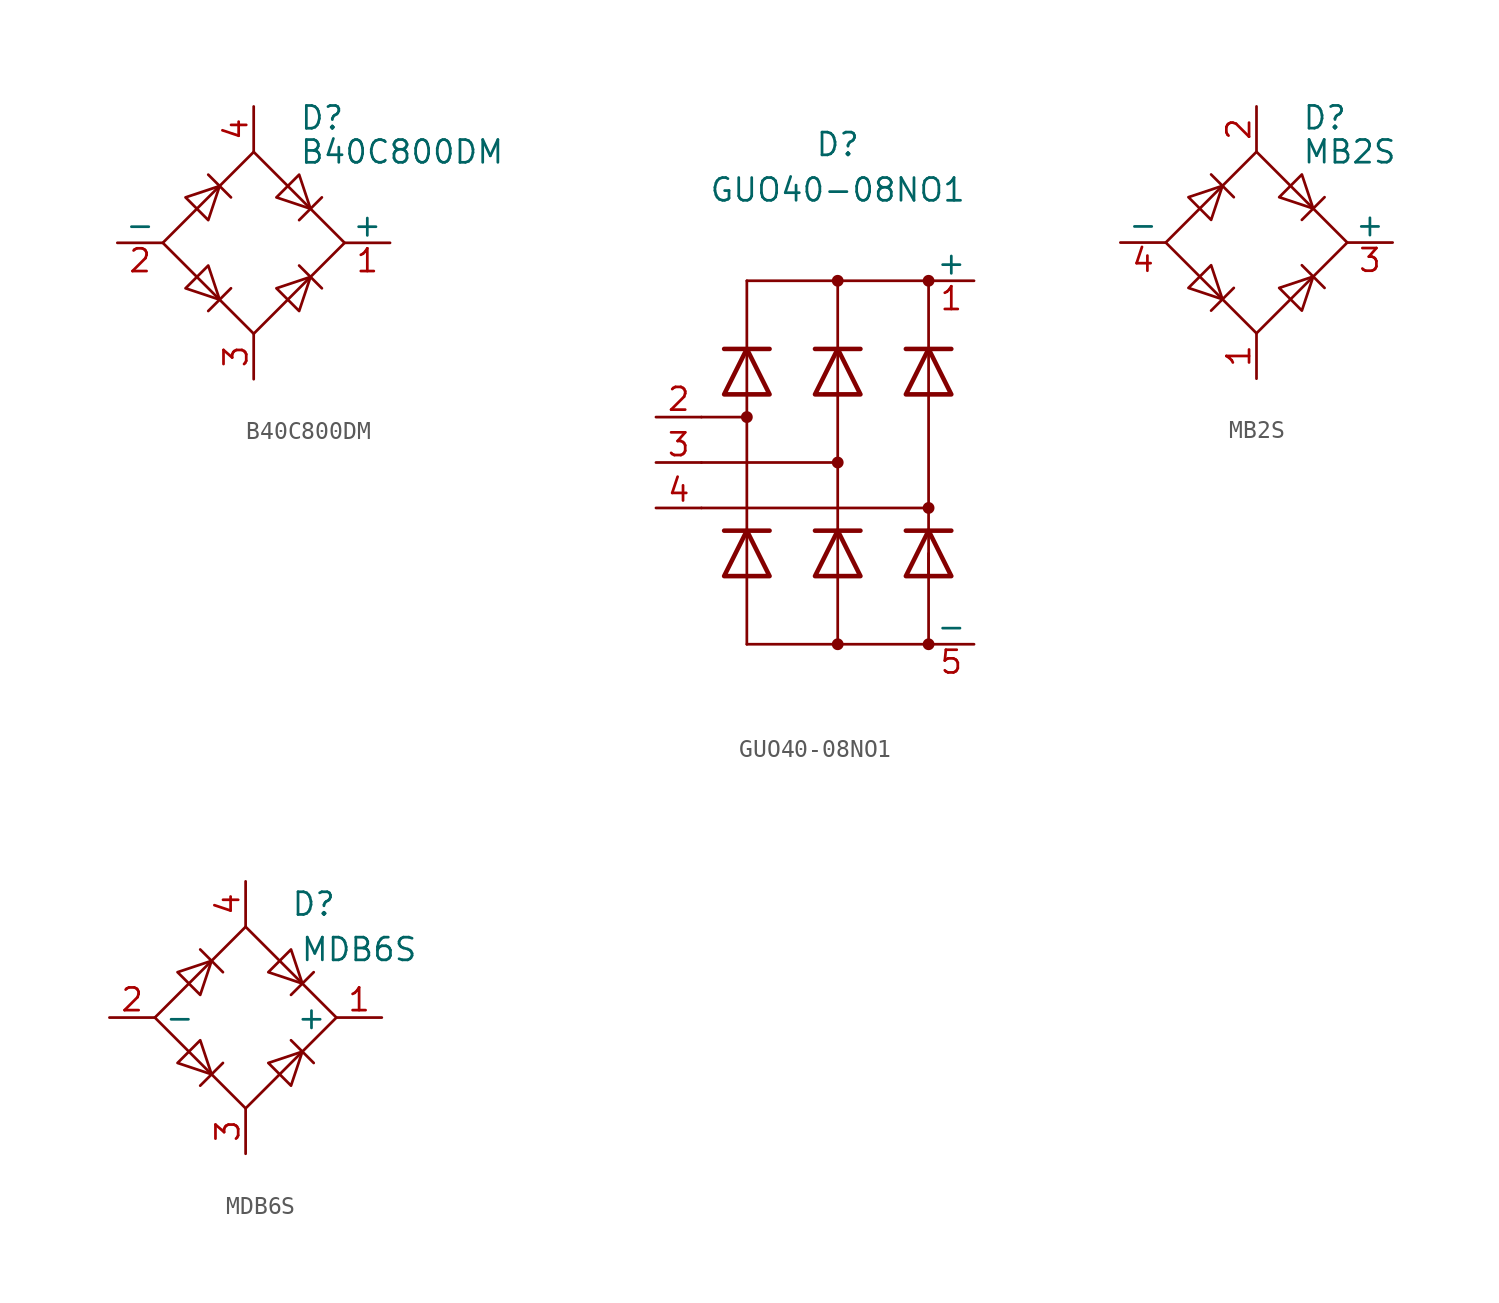
<source format=kicad_sym>
(kicad_symbol_lib
  (version 20220914)
  (generator kicad_symbol_editor)
  (symbol "B40C800DM"
    (pin_names
      (offset 0))
    (property "Reference" "D"
      (at 2.54 6.985 0)
      (effects (font (size 1.27 1.27)) (justify left)))
    (property "Value" "B40C800DM"
      (at 2.54 5.08 0)
      (effects (font (size 1.27 1.27)) (justify left)))
    (symbol "B40C800DM_0_1"
      (polyline (pts (xy -2.54 3.81) (xy -1.27 2.54)) (stroke (width 0) (type default)) (fill (type none)))
      (polyline (pts (xy -1.27 -2.54) (xy -2.54 -3.81)) (stroke (width 0) (type default)) (fill (type none)))
      (polyline (pts (xy 2.54 -1.27) (xy 3.81 -2.54)) (stroke (width 0) (type default)) (fill (type none)))
      (polyline (pts (xy 2.54 1.27) (xy 3.81 2.54)) (stroke (width 0) (type default)) (fill (type none)))
      (polyline (pts (xy -3.81 2.54) (xy -2.54 1.27) (xy -1.905 3.175) (xy -3.81 2.54)) (stroke (width 0) (type default)) (fill (type none)))
      (polyline (pts (xy -2.54 -1.27) (xy -3.81 -2.54) (xy -1.905 -3.175) (xy -2.54 -1.27)) (stroke (width 0) (type default)) (fill (type none)))
      (polyline (pts (xy 1.27 2.54) (xy 2.54 3.81) (xy 3.175 1.905) (xy 1.27 2.54)) (stroke (width 0) (type default)) (fill (type none)))
      (polyline (pts (xy 3.175 -1.905) (xy 1.27 -2.54) (xy 2.54 -3.81) (xy 3.175 -1.905)) (stroke (width 0) (type default)) (fill (type none)))
      (polyline (pts (xy -5.08 0) (xy 0 -5.08) (xy 5.08 0) (xy 0 5.08) (xy -5.08 0)) (stroke (width 0) (type default)) (fill (type none))))
    (symbol "B40C800DM_1_1"
      (pin passive line (at 7.62 0 180) (length 2.54) (name "+" (effects (font (size 1.27 1.27)))) (number "1" (effects (font (size 1.27 1.27)))))
      (pin passive line (at -7.62 0 0) (length 2.54) (name "-" (effects (font (size 1.27 1.27)))) (number "2" (effects (font (size 1.27 1.27)))))
      (pin passive line (at 0 -7.62 90) (length 2.54) (name "~" (effects (font (size 1.27 1.27)))) (number "3" (effects (font (size 1.27 1.27)))))
      (pin passive line (at 0 7.62 270) (length 2.54) (name "~" (effects (font (size 1.27 1.27)))) (number "4" (effects (font (size 1.27 1.27)))))))
  (symbol "GUO40-08NO1"
    (pin_names
      (offset 0))
    (property "Reference" "D"
      (at 0 17.78 0)
      (effects (font (size 1.27 1.27))))
    (property "Value" "GUO40-08NO1"
      (at 0 15.24 0)
      (effects (font (size 1.27 1.27))))
    (symbol "GUO40-08NO1_0_1"
      (circle (center -5.08 2.54) (radius 0.254) (stroke (width 0) (type default)) (fill (type outline)))
      (circle (center 0 -10.16) (radius 0.254) (stroke (width 0) (type default)) (fill (type outline)))
      (polyline (pts (xy -7.62 -2.54) (xy 5.08 -2.54)) (stroke (width 0) (type default)) (fill (type none)))
      (polyline (pts (xy -7.62 0) (xy 0 0)) (stroke (width 0) (type default)) (fill (type none)))
      (polyline (pts (xy -7.62 2.54) (xy -5.08 2.54)) (stroke (width 0) (type default)) (fill (type none)))
      (polyline (pts (xy -5.08 -10.16) (xy 5.08 -10.16)) (stroke (width 0) (type default)) (fill (type none)))
      (polyline (pts (xy -5.08 -6.35) (xy -5.08 -10.16)) (stroke (width 0) (type default)) (fill (type none)))
      (polyline (pts (xy -5.08 3.81) (xy -5.08 -3.81)) (stroke (width 0) (type default)) (fill (type none)))
      (polyline (pts (xy -5.08 10.16) (xy -5.08 6.35)) (stroke (width 0) (type default)) (fill (type none)))
      (polyline (pts (xy -5.08 10.16) (xy 5.08 10.16)) (stroke (width 0) (type default)) (fill (type none)))
      (polyline (pts (xy 0 -6.35) (xy 0 -10.16)) (stroke (width 0) (type default)) (fill (type none)))
      (polyline (pts (xy 0 3.81) (xy 0 -3.81)) (stroke (width 0) (type default)) (fill (type none)))
      (polyline (pts (xy 0 6.35) (xy 0 10.16)) (stroke (width 0) (type default)) (fill (type none)))
      (polyline (pts (xy 5.08 -10.16) (xy 5.08 -5.08)) (stroke (width 0) (type default)) (fill (type none)))
      (polyline (pts (xy 5.08 3.81) (xy 5.08 -3.81)) (stroke (width 0) (type default)) (fill (type none)))
      (polyline (pts (xy 5.08 10.16) (xy 5.08 6.35)) (stroke (width 0) (type default)) (fill (type none)))
      (circle (center 0 0) (radius 0.254) (stroke (width 0) (type default)) (fill (type outline)))
      (circle (center 0 10.16) (radius 0.254) (stroke (width 0) (type default)) (fill (type outline)))
      (circle (center 5.08 -10.16) (radius 0.254) (stroke (width 0) (type default)) (fill (type outline)))
      (circle (center 5.08 -2.54) (radius 0.254) (stroke (width 0) (type default)) (fill (type outline)))
      (circle (center 5.08 10.16) (radius 0.254) (stroke (width 0) (type default)) (fill (type outline))))
    (symbol "GUO40-08NO1_1_1"
      (polyline (pts (xy -5.08 -6.35) (xy -5.08 -3.81)) (stroke (width 0) (type default)) (fill (type none)))
      (polyline (pts (xy -5.08 3.81) (xy -5.08 6.35)) (stroke (width 0) (type default)) (fill (type none)))
      (polyline (pts (xy -3.81 -3.81) (xy -6.35 -3.81)) (stroke (width 0.254) (type default)) (fill (type none)))
      (polyline (pts (xy -3.81 6.35) (xy -6.35 6.35)) (stroke (width 0.254) (type default)) (fill (type none)))
      (polyline (pts (xy 0 -6.35) (xy 0 -3.81)) (stroke (width 0) (type default)) (fill (type none)))
      (polyline (pts (xy 0 3.81) (xy 0 6.35)) (stroke (width 0) (type default)) (fill (type none)))
      (polyline (pts (xy 1.27 -3.81) (xy -1.27 -3.81)) (stroke (width 0.254) (type default)) (fill (type none)))
      (polyline (pts (xy 1.27 6.35) (xy -1.27 6.35)) (stroke (width 0.254) (type default)) (fill (type none)))
      (polyline (pts (xy 5.08 -6.35) (xy 5.08 -3.81)) (stroke (width 0) (type default)) (fill (type none)))
      (polyline (pts (xy 5.08 3.81) (xy 5.08 6.35)) (stroke (width 0) (type default)) (fill (type none)))
      (polyline (pts (xy 6.35 -3.81) (xy 3.81 -3.81)) (stroke (width 0.254) (type default)) (fill (type none)))
      (polyline (pts (xy 6.35 6.35) (xy 3.81 6.35)) (stroke (width 0.254) (type default)) (fill (type none)))
      (polyline (pts (xy -3.81 -6.35) (xy -6.35 -6.35) (xy -5.08 -3.81) (xy -3.81 -6.35)) (stroke (width 0.254) (type default)) (fill (type none)))
      (polyline (pts (xy -3.81 3.81) (xy -6.35 3.81) (xy -5.08 6.35) (xy -3.81 3.81)) (stroke (width 0.254) (type default)) (fill (type none)))
      (polyline (pts (xy 1.27 -6.35) (xy -1.27 -6.35) (xy 0 -3.81) (xy 1.27 -6.35)) (stroke (width 0.254) (type default)) (fill (type none)))
      (polyline (pts (xy 1.27 3.81) (xy -1.27 3.81) (xy 0 6.35) (xy 1.27 3.81)) (stroke (width 0.254) (type default)) (fill (type none)))
      (polyline (pts (xy 6.35 -6.35) (xy 3.81 -6.35) (xy 5.08 -3.81) (xy 6.35 -6.35)) (stroke (width 0.254) (type default)) (fill (type none)))
      (polyline (pts (xy 6.35 3.81) (xy 3.81 3.81) (xy 5.08 6.35) (xy 6.35 3.81)) (stroke (width 0.254) (type default)) (fill (type none)))
      (pin passive line (at 7.62 10.16 180) (length 2.54) (name "+" (effects (font (size 1.27 1.27)))) (number "1" (effects (font (size 1.27 1.27)))))
      (pin passive line (at -10.16 2.54 0) (length 2.54) (name "~" (effects (font (size 1.27 1.27)))) (number "2" (effects (font (size 1.27 1.27)))))
      (pin passive line (at -10.16 0 0) (length 2.54) (name "~" (effects (font (size 1.27 1.27)))) (number "3" (effects (font (size 1.27 1.27)))))
      (pin passive line (at -10.16 -2.54 0) (length 2.54) (name "~" (effects (font (size 1.27 1.27)))) (number "4" (effects (font (size 1.27 1.27)))))
      (pin passive line (at 7.62 -10.16 180) (length 2.54) (name "-" (effects (font (size 1.27 1.27)))) (number "5" (effects (font (size 1.27 1.27)))))))
  (symbol "MB2S"
    (pin_names
      (offset 0))
    (property "Reference" "D"
      (at 2.54 6.985 0)
      (effects (font (size 1.27 1.27)) (justify left)))
    (property "Value" "MB2S"
      (at 2.54 5.08 0)
      (effects (font (size 1.27 1.27)) (justify left)))
    (symbol "MB2S_0_1"
      (polyline (pts (xy -2.54 3.81) (xy -1.27 2.54)) (stroke (width 0) (type default)) (fill (type none)))
      (polyline (pts (xy -1.27 -2.54) (xy -2.54 -3.81)) (stroke (width 0) (type default)) (fill (type none)))
      (polyline (pts (xy 2.54 -1.27) (xy 3.81 -2.54)) (stroke (width 0) (type default)) (fill (type none)))
      (polyline (pts (xy 2.54 1.27) (xy 3.81 2.54)) (stroke (width 0) (type default)) (fill (type none)))
      (polyline (pts (xy -3.81 2.54) (xy -2.54 1.27) (xy -1.905 3.175) (xy -3.81 2.54)) (stroke (width 0) (type default)) (fill (type none)))
      (polyline (pts (xy -2.54 -1.27) (xy -3.81 -2.54) (xy -1.905 -3.175) (xy -2.54 -1.27)) (stroke (width 0) (type default)) (fill (type none)))
      (polyline (pts (xy 1.27 2.54) (xy 2.54 3.81) (xy 3.175 1.905) (xy 1.27 2.54)) (stroke (width 0) (type default)) (fill (type none)))
      (polyline (pts (xy 3.175 -1.905) (xy 1.27 -2.54) (xy 2.54 -3.81) (xy 3.175 -1.905)) (stroke (width 0) (type default)) (fill (type none)))
      (polyline (pts (xy -5.08 0) (xy 0 -5.08) (xy 5.08 0) (xy 0 5.08) (xy -5.08 0)) (stroke (width 0) (type default)) (fill (type none))))
    (symbol "MB2S_1_1"
      (pin passive line (at 0 -7.62 90) (length 2.54) (name "~" (effects (font (size 1.27 1.27)))) (number "1" (effects (font (size 1.27 1.27)))))
      (pin passive line (at 0 7.62 270) (length 2.54) (name "~" (effects (font (size 1.27 1.27)))) (number "2" (effects (font (size 1.27 1.27)))))
      (pin passive line (at 7.62 0 180) (length 2.54) (name "+" (effects (font (size 1.27 1.27)))) (number "3" (effects (font (size 1.27 1.27)))))
      (pin passive line (at -7.62 0 0) (length 2.54) (name "-" (effects (font (size 1.27 1.27)))) (number "4" (effects (font (size 1.27 1.27)))))))
  (symbol "MDB6S"
    (property "Reference" "D"
      (at 3.81 6.35 0)
      (effects (font (size 1.27 1.27))))
    (property "Value" "MDB6S"
      (at 6.35 3.81 0)
      (effects (font (size 1.27 1.27))))
    (symbol "MDB6S_1_1"
      (polyline (pts (xy -2.54 3.81) (xy -1.27 2.54)) (stroke (width 0) (type default)) (fill (type none)))
      (polyline (pts (xy -1.27 -2.54) (xy -2.54 -3.81)) (stroke (width 0) (type default)) (fill (type none)))
      (polyline (pts (xy 2.54 -1.27) (xy 3.81 -2.54)) (stroke (width 0) (type default)) (fill (type none)))
      (polyline (pts (xy 2.54 1.27) (xy 3.81 2.54)) (stroke (width 0) (type default)) (fill (type none)))
      (polyline (pts (xy -3.81 2.54) (xy -2.54 1.27) (xy -1.905 3.175) (xy -3.81 2.54)) (stroke (width 0) (type default)) (fill (type none)))
      (polyline (pts (xy -2.54 -1.27) (xy -3.81 -2.54) (xy -1.905 -3.175) (xy -2.54 -1.27)) (stroke (width 0) (type default)) (fill (type none)))
      (polyline (pts (xy 1.27 2.54) (xy 2.54 3.81) (xy 3.175 1.905) (xy 1.27 2.54)) (stroke (width 0) (type default)) (fill (type none)))
      (polyline (pts (xy 3.175 -1.905) (xy 1.27 -2.54) (xy 2.54 -3.81) (xy 3.175 -1.905)) (stroke (width 0) (type default)) (fill (type none)))
      (polyline (pts (xy -5.08 0) (xy 0 -5.08) (xy 5.08 0) (xy 0 5.08) (xy -5.08 0)) (stroke (width 0) (type default)) (fill (type none)))
      (pin passive line (at 7.62 0 180) (length 2.54) (name "+" (effects (font (size 1.27 1.27)))) (number "1" (effects (font (size 1.27 1.27)))))
      (pin passive line (at -7.62 0 0) (length 2.54) (name "-" (effects (font (size 1.27 1.27)))) (number "2" (effects (font (size 1.27 1.27)))))
      (pin passive line (at 0 -7.62 90) (length 2.54) (name "~" (effects (font (size 1.27 1.27)))) (number "3" (effects (font (size 1.27 1.27)))))
      (pin passive line (at 0 7.62 270) (length 2.54) (name "~" (effects (font (size 1.27 1.27)))) (number "4" (effects (font (size 1.27 1.27))))))))
</source>
